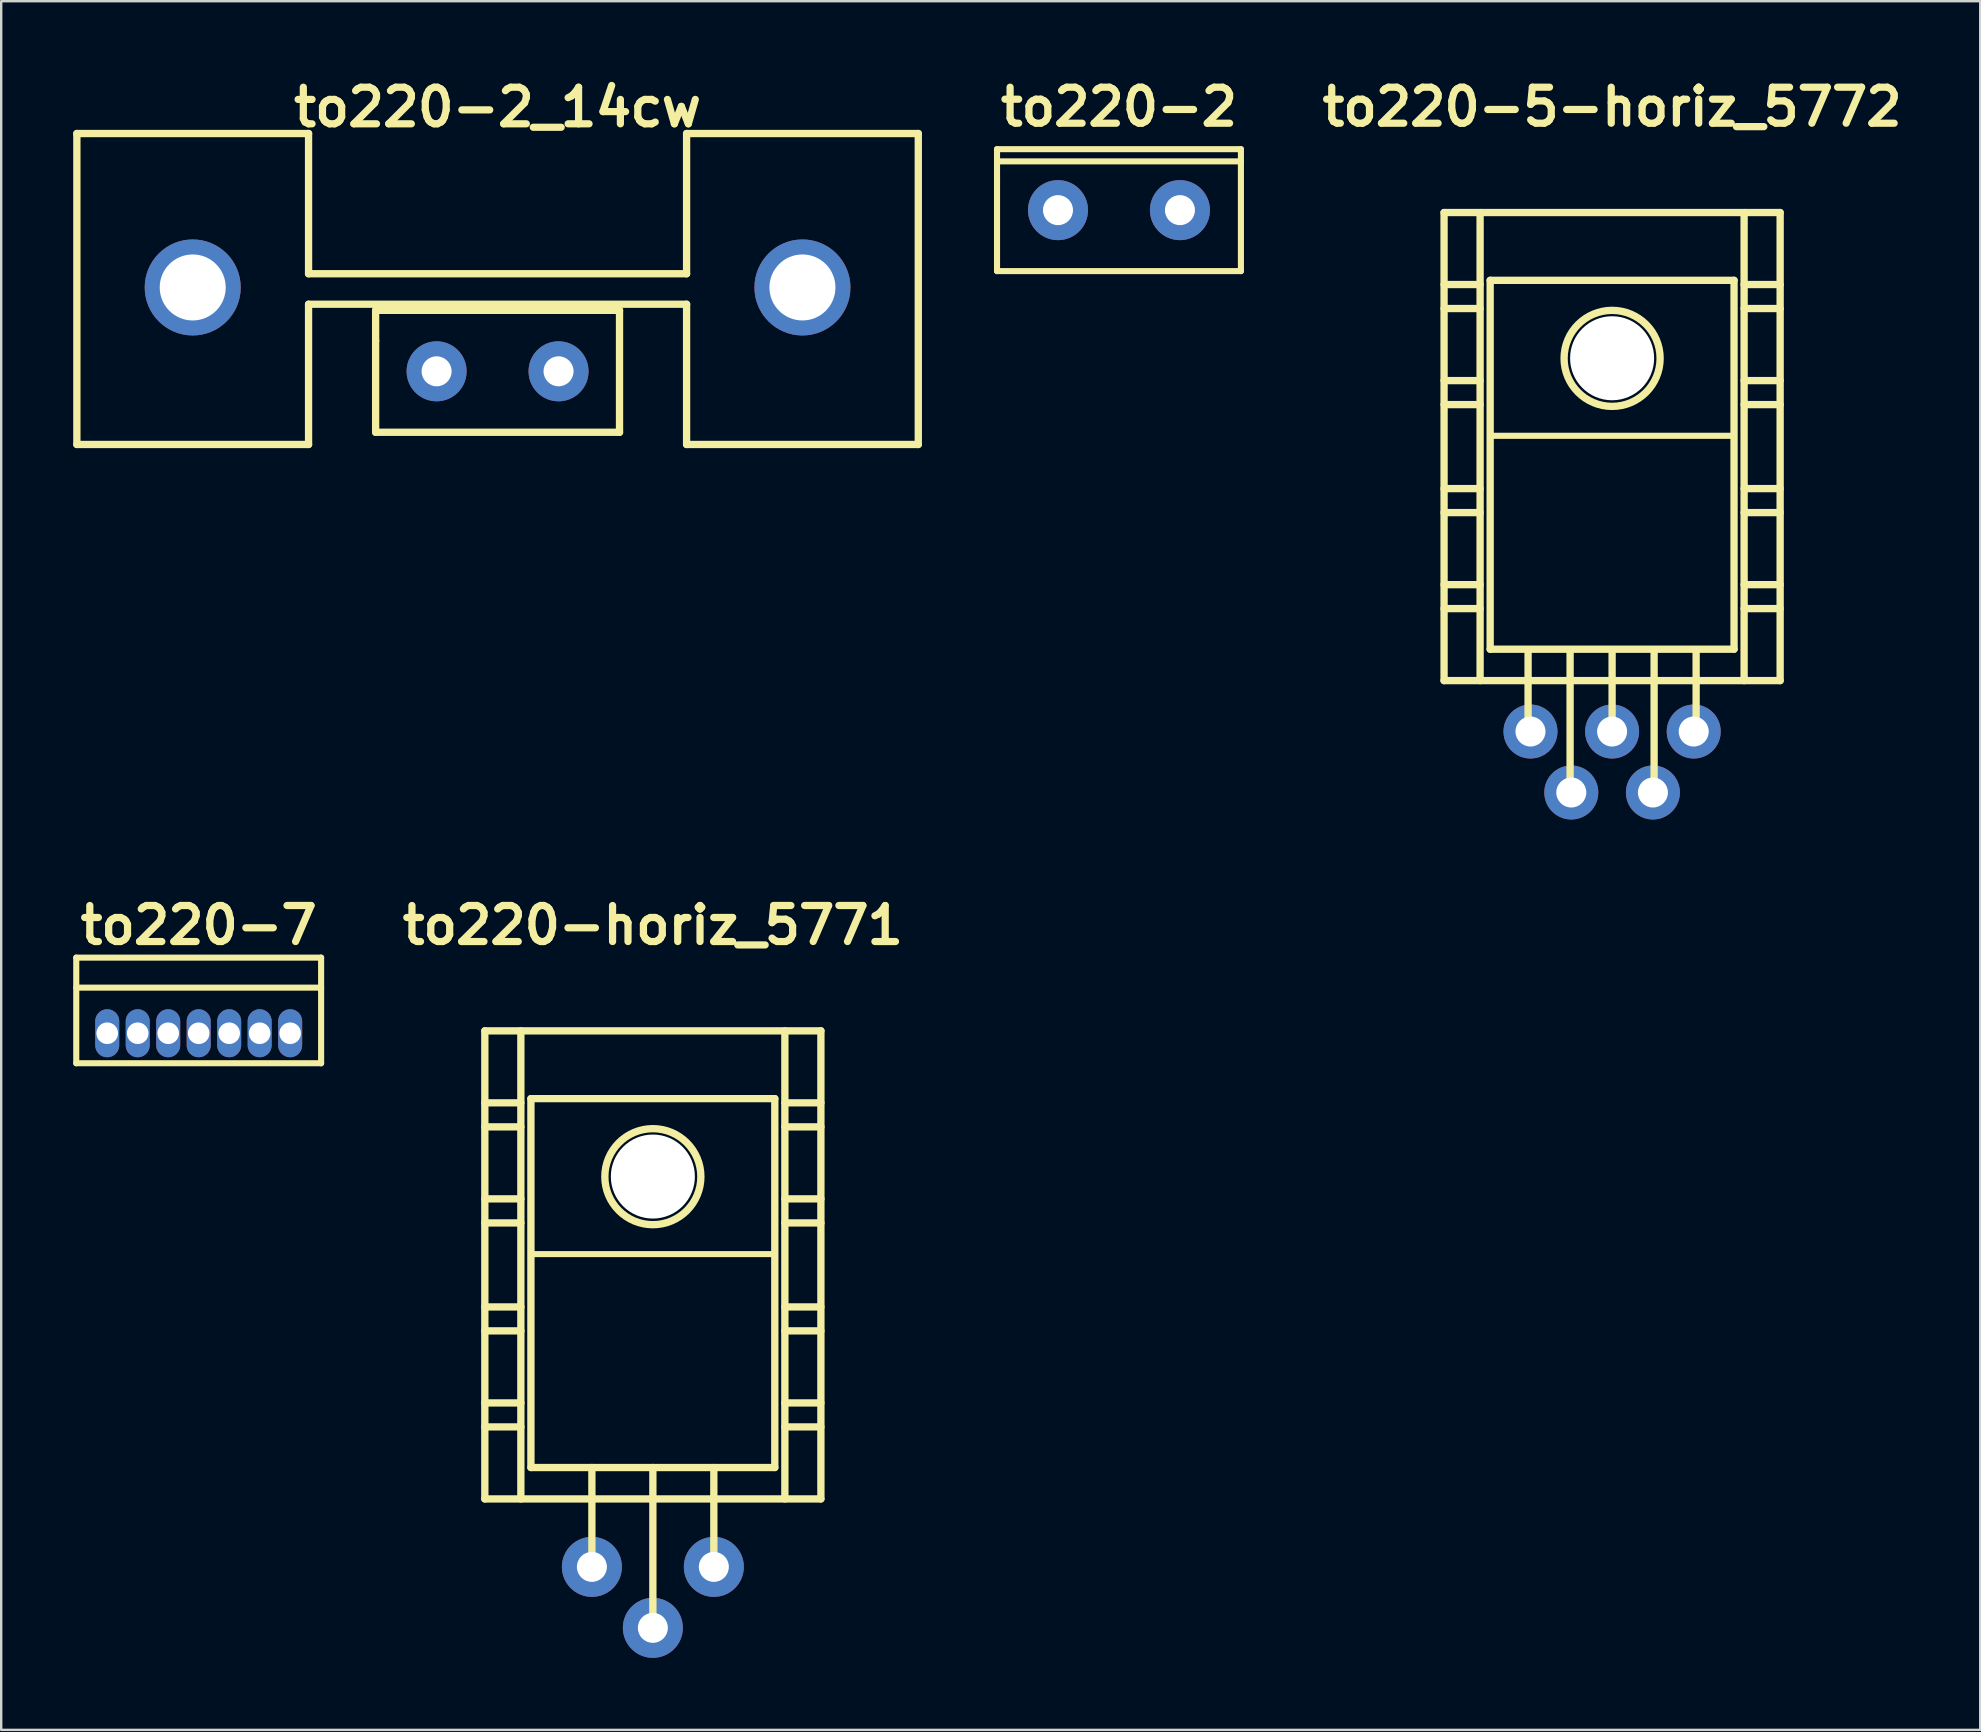
<source format=kicad_pcb>
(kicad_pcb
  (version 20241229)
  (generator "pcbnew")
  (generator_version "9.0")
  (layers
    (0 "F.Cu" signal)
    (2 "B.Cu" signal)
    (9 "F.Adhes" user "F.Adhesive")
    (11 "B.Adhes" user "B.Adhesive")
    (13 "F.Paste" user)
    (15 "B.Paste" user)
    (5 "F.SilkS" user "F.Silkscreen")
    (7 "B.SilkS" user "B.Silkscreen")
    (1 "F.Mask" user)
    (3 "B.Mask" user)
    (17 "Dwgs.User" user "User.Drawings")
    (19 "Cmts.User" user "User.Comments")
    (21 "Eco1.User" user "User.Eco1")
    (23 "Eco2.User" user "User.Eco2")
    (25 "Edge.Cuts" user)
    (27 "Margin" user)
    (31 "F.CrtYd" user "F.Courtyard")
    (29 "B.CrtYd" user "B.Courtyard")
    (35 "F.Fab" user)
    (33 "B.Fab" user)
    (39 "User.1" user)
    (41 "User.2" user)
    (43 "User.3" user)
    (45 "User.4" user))
  (footprint "to220-7"
    (layer "F.Cu")
    (at 5.227 39.993)
    (property "Reference" "to220-7" (at 0 -4.5 0) (layer "F.SilkS") (effects (font (size 1.5 1.5) (thickness 0.3))))
    (attr through_hole)
    (fp_line (start -5.1 -3.15) (end -5.1 1.25) (stroke (width 0.254) (type solid)) (layer "F.SilkS"))
    (fp_line (start -5.1 -1.9) (end 5.1 -1.9) (stroke (width 0.254) (type solid)) (layer "F.SilkS"))
    (fp_line (start -5.1 1.25) (end 5.1 1.25) (stroke (width 0.254) (type solid)) (layer "F.SilkS"))
    (fp_line (start 5.1 -3.15) (end -5.1 -3.15) (stroke (width 0.254) (type solid)) (layer "F.SilkS"))
    (fp_line (start 5.1 1.25) (end 5.1 -3.15) (stroke (width 0.254) (type solid)) (layer "F.SilkS"))
    (pad "1" thru_hole oval (at 3.81 0) (size 1 2) (drill 0.9) (layers "*.Cu" "*.Mask"))
    (pad "2" thru_hole oval (at 2.54 0) (size 1 2) (drill 0.9) (layers "*.Cu" "*.Mask"))
    (pad "3" thru_hole oval (at 1.27 0) (size 1 2) (drill 0.9) (layers "*.Cu" "*.Mask"))
    (pad "4" thru_hole oval (at 0 0) (size 1 2) (drill 0.9) (layers "*.Cu" "*.Mask"))
    (pad "5" thru_hole oval (at -1.27 0) (size 1 2) (drill 0.9) (layers "*.Cu" "*.Mask"))
    (pad "6" thru_hole oval (at -2.54 0) (size 1 2) (drill 0.9) (layers "*.Cu" "*.Mask"))
    (pad "7" thru_hole oval (at -3.81 0) (size 1 2) (drill 0.9) (layers "*.Cu" "*.Mask")))
  (footprint "to220-2"
    (layer "F.Cu")
    (at 43.564 5.704)
    (property "Reference" "to220-2" (at 0 -4.3 0) (layer "F.SilkS") (effects (font (size 1.5 1.5) (thickness 0.3))))
    (attr through_hole)
    (fp_line (start -5.08 -2.54) (end -5.08 -1.27) (stroke (width 0.254) (type solid)) (layer "F.SilkS"))
    (fp_line (start -5.08 -2.032) (end 5.08 -2.032) (stroke (width 0.254) (type solid)) (layer "F.SilkS"))
    (fp_line (start -5.08 -1.27) (end -5.08 2.54) (stroke (width 0.254) (type solid)) (layer "F.SilkS"))
    (fp_line (start -5.08 2.54) (end 5.08 2.54) (stroke (width 0.254) (type solid)) (layer "F.SilkS"))
    (fp_line (start 5.08 -2.54) (end -5.08 -2.54) (stroke (width 0.254) (type solid)) (layer "F.SilkS"))
    (fp_line (start 5.08 2.54) (end 5.08 -2.54) (stroke (width 0.254) (type solid)) (layer "F.SilkS"))
    (pad "1" thru_hole circle (at 2.54 0) (size 2.5 2.5) (drill 1.25) (layers "*.Cu" "*.Mask"))
    (pad "2" thru_hole circle (at -2.54 0) (size 2.5 2.5) (drill 1.25) (layers "*.Cu" "*.Mask")))
  (footprint "to220-5-horiz_5772"
    (layer "F.Cu")
    (at 64.107 19.804)
    (property "Reference" "to220-5-horiz_5772" (at 0 -18.4 0) (layer "F.SilkS") (effects (font (size 1.5 1.5) (thickness 0.3))))
    (attr through_hole)
    (fp_line (start -7 -14) (end -7 5.499) (stroke (width 0.305) (type solid)) (layer "F.SilkS"))
    (fp_line (start -7 -11.001) (end -5.499 -11.001) (stroke (width 0.305) (type solid)) (layer "F.SilkS"))
    (fp_line (start -7 -10) (end -5.499 -10) (stroke (width 0.305) (type solid)) (layer "F.SilkS"))
    (fp_line (start -7 -7) (end -5.499 -7) (stroke (width 0.305) (type solid)) (layer "F.SilkS"))
    (fp_line (start -7 -5.999) (end -5.499 -5.999) (stroke (width 0.305) (type solid)) (layer "F.SilkS"))
    (fp_line (start -7 -2.499) (end -5.499 -2.499) (stroke (width 0.305) (type solid)) (layer "F.SilkS"))
    (fp_line (start -7 -1.501) (end -5.499 -1.501) (stroke (width 0.305) (type solid)) (layer "F.SilkS"))
    (fp_line (start -7 1.501) (end -5.499 1.501) (stroke (width 0.305) (type solid)) (layer "F.SilkS"))
    (fp_line (start -7 2.499) (end -5.499 2.499) (stroke (width 0.305) (type solid)) (layer "F.SilkS"))
    (fp_line (start -7 5.499) (end 7 5.499) (stroke (width 0.305) (type solid)) (layer "F.SilkS"))
    (fp_line (start -5.499 5.499) (end -5.499 -14) (stroke (width 0.305) (type solid)) (layer "F.SilkS"))
    (fp_line (start -5.08 -11.176) (end -5.08 4.191) (stroke (width 0.305) (type solid)) (layer "F.SilkS"))
    (fp_line (start -5.08 4.191) (end 5.08 4.191) (stroke (width 0.305) (type solid)) (layer "F.SilkS"))
    (fp_line (start -3.5 7.75) (end -3.5 4.249) (stroke (width 0.305) (type solid)) (layer "F.SilkS"))
    (fp_line (start -1.75 10.249) (end -1.75 4.249) (stroke (width 0.305) (type solid)) (layer "F.SilkS"))
    (fp_line (start 0 7.75) (end 0 4.249) (stroke (width 0.305) (type solid)) (layer "F.SilkS"))
    (fp_line (start 1.75 10.249) (end 1.75 4.249) (stroke (width 0.305) (type solid)) (layer "F.SilkS"))
    (fp_line (start 3.5 7.75) (end 3.5 4.249) (stroke (width 0.305) (type solid)) (layer "F.SilkS"))
    (fp_line (start 5.08 -11.176) (end -5.08 -11.176) (stroke (width 0.305) (type solid)) (layer "F.SilkS"))
    (fp_line (start 5.08 -4.699) (end -5.08 -4.699) (stroke (width 0.254) (type solid)) (layer "F.SilkS"))
    (fp_line (start 5.08 4.191) (end 5.08 -11.176) (stroke (width 0.305) (type solid)) (layer "F.SilkS"))
    (fp_line (start 5.499 -14) (end 5.499 5.499) (stroke (width 0.305) (type solid)) (layer "F.SilkS"))
    (fp_line (start 5.499 -11.001) (end 7 -11.001) (stroke (width 0.305) (type solid)) (layer "F.SilkS"))
    (fp_line (start 5.499 -10) (end 7 -10) (stroke (width 0.305) (type solid)) (layer "F.SilkS"))
    (fp_line (start 5.499 -7) (end 7 -7) (stroke (width 0.305) (type solid)) (layer "F.SilkS"))
    (fp_line (start 5.499 -5.999) (end 7 -5.999) (stroke (width 0.305) (type solid)) (layer "F.SilkS"))
    (fp_line (start 5.499 -2.499) (end 7 -2.499) (stroke (width 0.305) (type solid)) (layer "F.SilkS"))
    (fp_line (start 5.499 -1.501) (end 7 -1.501) (stroke (width 0.305) (type solid)) (layer "F.SilkS"))
    (fp_line (start 5.499 1.501) (end 7 1.501) (stroke (width 0.305) (type solid)) (layer "F.SilkS"))
    (fp_line (start 5.499 2.499) (end 7 2.499) (stroke (width 0.305) (type solid)) (layer "F.SilkS"))
    (fp_line (start 7 -14) (end -7 -14) (stroke (width 0.305) (type solid)) (layer "F.SilkS"))
    (fp_line (start 7 5.499) (end 7 -14) (stroke (width 0.305) (type solid)) (layer "F.SilkS"))
    (fp_circle (center 0 -7.925) (end -1.999 -8.001) (stroke (width 0.305) (type solid)) (fill no) (layer "F.SilkS"))
    (pad "" np_thru_hole circle (at 0 -7.93) (size 3.5 3.5) (drill 3.5) (layers "*.Cu" "*.Mask"))
    (pad "1" thru_hole circle (at 3.4 7.62) (size 2.25 2.25) (drill 1.25) (layers "*.Cu" "*.Mask"))
    (pad "2" thru_hole circle (at 1.7 10.16) (size 2.25 2.25) (drill 1.25) (layers "*.Cu" "*.Mask"))
    (pad "3" thru_hole circle (at 0 7.62) (size 2.25 2.25) (drill 1.25) (layers "*.Cu" "*.Mask"))
    (pad "4" thru_hole circle (at -1.7 10.16) (size 2.25 2.25) (drill 1.25) (layers "*.Cu" "*.Mask"))
    (pad "5" thru_hole circle (at -3.4 7.62) (size 2.25 2.25) (drill 1.25) (layers "*.Cu" "*.Mask")))
  (footprint "to220-2_14cw"
    (layer "F.Cu")
    (at 17.678 12.418)
    (property "Reference" "to220-2_14cw" (at 0 -11 0) (layer "F.SilkS") (effects (font (size 1.524 1.524) (thickness 0.3))))
    (attr through_hole)
    (fp_line (start -17.526 -9.906) (end -17.526 3.048) (stroke (width 0.305) (type solid)) (layer "F.SilkS"))
    (fp_line (start -17.526 3.048) (end -7.874 3.048) (stroke (width 0.305) (type solid)) (layer "F.SilkS"))
    (fp_line (start -7.874 -9.906) (end -17.526 -9.906) (stroke (width 0.305) (type solid)) (layer "F.SilkS"))
    (fp_line (start -7.874 -9.906) (end -7.874 -4.064) (stroke (width 0.305) (type solid)) (layer "F.SilkS"))
    (fp_line (start -7.874 -2.794) (end -7.874 3.048) (stroke (width 0.305) (type solid)) (layer "F.SilkS"))
    (fp_line (start -7.874 -2.794) (end 7.874 -2.794) (stroke (width 0.305) (type solid)) (layer "F.SilkS"))
    (fp_line (start -5.08 -2.54) (end -5.08 -1.27) (stroke (width 0.305) (type solid)) (layer "F.SilkS"))
    (fp_line (start -5.08 -1.27) (end -5.08 2.54) (stroke (width 0.305) (type solid)) (layer "F.SilkS"))
    (fp_line (start -5.08 2.54) (end 5.08 2.54) (stroke (width 0.305) (type solid)) (layer "F.SilkS"))
    (fp_line (start 5.08 -2.54) (end -5.08 -2.54) (stroke (width 0.305) (type solid)) (layer "F.SilkS"))
    (fp_line (start 5.08 2.54) (end 5.08 -2.54) (stroke (width 0.305) (type solid)) (layer "F.SilkS"))
    (fp_line (start 7.874 -9.906) (end 7.874 -4.064) (stroke (width 0.305) (type solid)) (layer "F.SilkS"))
    (fp_line (start 7.874 -4.064) (end -7.874 -4.064) (stroke (width 0.305) (type solid)) (layer "F.SilkS"))
    (fp_line (start 7.874 3.048) (end 7.874 -2.794) (stroke (width 0.305) (type solid)) (layer "F.SilkS"))
    (fp_line (start 7.874 3.048) (end 17.526 3.048) (stroke (width 0.305) (type solid)) (layer "F.SilkS"))
    (fp_line (start 17.526 -9.906) (end 7.874 -9.906) (stroke (width 0.305) (type solid)) (layer "F.SilkS"))
    (fp_line (start 17.526 -9.906) (end 17.526 3.048) (stroke (width 0.305) (type solid)) (layer "F.SilkS"))
    (pad "" thru_hole circle (at -12.7 -3.493) (size 4 4) (drill 2.75) (layers "*.Cu" "*.Mask"))
    (pad "" thru_hole circle (at 12.7 -3.493) (size 4 4) (drill 2.75) (layers "*.Cu" "*.Mask"))
    (pad "1" thru_hole circle (at 2.54 0) (size 2.5 2.5) (drill 1.25) (layers "*.Cu" "*.Mask"))
    (pad "2" thru_hole circle (at -2.54 0) (size 2.5 2.5) (drill 1.25) (layers "*.Cu" "*.Mask")))
  (footprint "to220-horiz_5771"
    (layer "F.Cu")
    (at 24.147 53.893)
    (property "Reference" "to220-horiz_5771" (at 0 -18.4 0) (layer "F.SilkS") (effects (font (size 1.5 1.5) (thickness 0.3))))
    (attr through_hole)
    (fp_line (start -7 -14) (end -7 5.499) (stroke (width 0.305) (type solid)) (layer "F.SilkS"))
    (fp_line (start -7 -11.001) (end -5.499 -11.001) (stroke (width 0.305) (type solid)) (layer "F.SilkS"))
    (fp_line (start -7 -10) (end -5.499 -10) (stroke (width 0.305) (type solid)) (layer "F.SilkS"))
    (fp_line (start -7 -7) (end -5.499 -7) (stroke (width 0.305) (type solid)) (layer "F.SilkS"))
    (fp_line (start -7 -5.999) (end -5.499 -5.999) (stroke (width 0.305) (type solid)) (layer "F.SilkS"))
    (fp_line (start -7 -2.499) (end -5.499 -2.499) (stroke (width 0.305) (type solid)) (layer "F.SilkS"))
    (fp_line (start -7 -1.501) (end -5.499 -1.501) (stroke (width 0.305) (type solid)) (layer "F.SilkS"))
    (fp_line (start -7 1.501) (end -5.499 1.501) (stroke (width 0.305) (type solid)) (layer "F.SilkS"))
    (fp_line (start -7 2.499) (end -5.499 2.499) (stroke (width 0.305) (type solid)) (layer "F.SilkS"))
    (fp_line (start -7 5.499) (end 7 5.499) (stroke (width 0.305) (type solid)) (layer "F.SilkS"))
    (fp_line (start -5.499 5.499) (end -5.499 -14) (stroke (width 0.305) (type solid)) (layer "F.SilkS"))
    (fp_line (start -5.08 -11.176) (end -5.08 4.191) (stroke (width 0.305) (type solid)) (layer "F.SilkS"))
    (fp_line (start -5.08 4.191) (end 5.08 4.191) (stroke (width 0.305) (type solid)) (layer "F.SilkS"))
    (fp_line (start -2.54 8.382) (end -2.54 4.191) (stroke (width 0.305) (type solid)) (layer "F.SilkS"))
    (fp_line (start 0 4.191) (end 0 10.922) (stroke (width 0.305) (type solid)) (layer "F.SilkS"))
    (fp_line (start 2.54 8.382) (end 2.54 4.191) (stroke (width 0.305) (type solid)) (layer "F.SilkS"))
    (fp_line (start 5.08 -11.176) (end -5.08 -11.176) (stroke (width 0.305) (type solid)) (layer "F.SilkS"))
    (fp_line (start 5.08 -4.699) (end -5.08 -4.699) (stroke (width 0.254) (type solid)) (layer "F.SilkS"))
    (fp_line (start 5.08 4.191) (end 5.08 -11.176) (stroke (width 0.305) (type solid)) (layer "F.SilkS"))
    (fp_line (start 5.499 -14) (end 5.499 5.499) (stroke (width 0.305) (type solid)) (layer "F.SilkS"))
    (fp_line (start 5.499 -11.001) (end 7 -11.001) (stroke (width 0.305) (type solid)) (layer "F.SilkS"))
    (fp_line (start 5.499 -10) (end 7 -10) (stroke (width 0.305) (type solid)) (layer "F.SilkS"))
    (fp_line (start 5.499 -7) (end 7 -7) (stroke (width 0.305) (type solid)) (layer "F.SilkS"))
    (fp_line (start 5.499 -5.999) (end 7 -5.999) (stroke (width 0.305) (type solid)) (layer "F.SilkS"))
    (fp_line (start 5.499 -2.499) (end 7 -2.499) (stroke (width 0.305) (type solid)) (layer "F.SilkS"))
    (fp_line (start 5.499 -1.501) (end 7 -1.501) (stroke (width 0.305) (type solid)) (layer "F.SilkS"))
    (fp_line (start 5.499 1.501) (end 7 1.501) (stroke (width 0.305) (type solid)) (layer "F.SilkS"))
    (fp_line (start 5.499 2.499) (end 7 2.499) (stroke (width 0.305) (type solid)) (layer "F.SilkS"))
    (fp_line (start 7 -14) (end -7 -14) (stroke (width 0.305) (type solid)) (layer "F.SilkS"))
    (fp_line (start 7 5.499) (end 7 -14) (stroke (width 0.305) (type solid)) (layer "F.SilkS"))
    (fp_circle (center 0 -7.925) (end -1.999 -8.001) (stroke (width 0.305) (type solid)) (fill no) (layer "F.SilkS"))
    (pad "" np_thru_hole circle (at 0 -7.93) (size 3.5 3.5) (drill 3.5) (layers "*.Cu" "*.Mask"))
    (pad "1" thru_hole circle (at 2.54 8.33) (size 2.5 2.5) (drill 1.25) (layers "*.Cu" "*.Mask"))
    (pad "2" thru_hole circle (at 0 10.87) (size 2.5 2.5) (drill 1.25) (layers "*.Cu" "*.Mask"))
    (pad "3" thru_hole circle (at -2.54 8.33) (size 2.5 2.5) (drill 1.25) (layers "*.Cu" "*.Mask")))
  (gr_rect
    (start -3 -3)
    (end 79.442 69.013)
    (stroke (width 0.1) (type default))
    (fill no)
    (layer "Edge.Cuts")))
</source>
